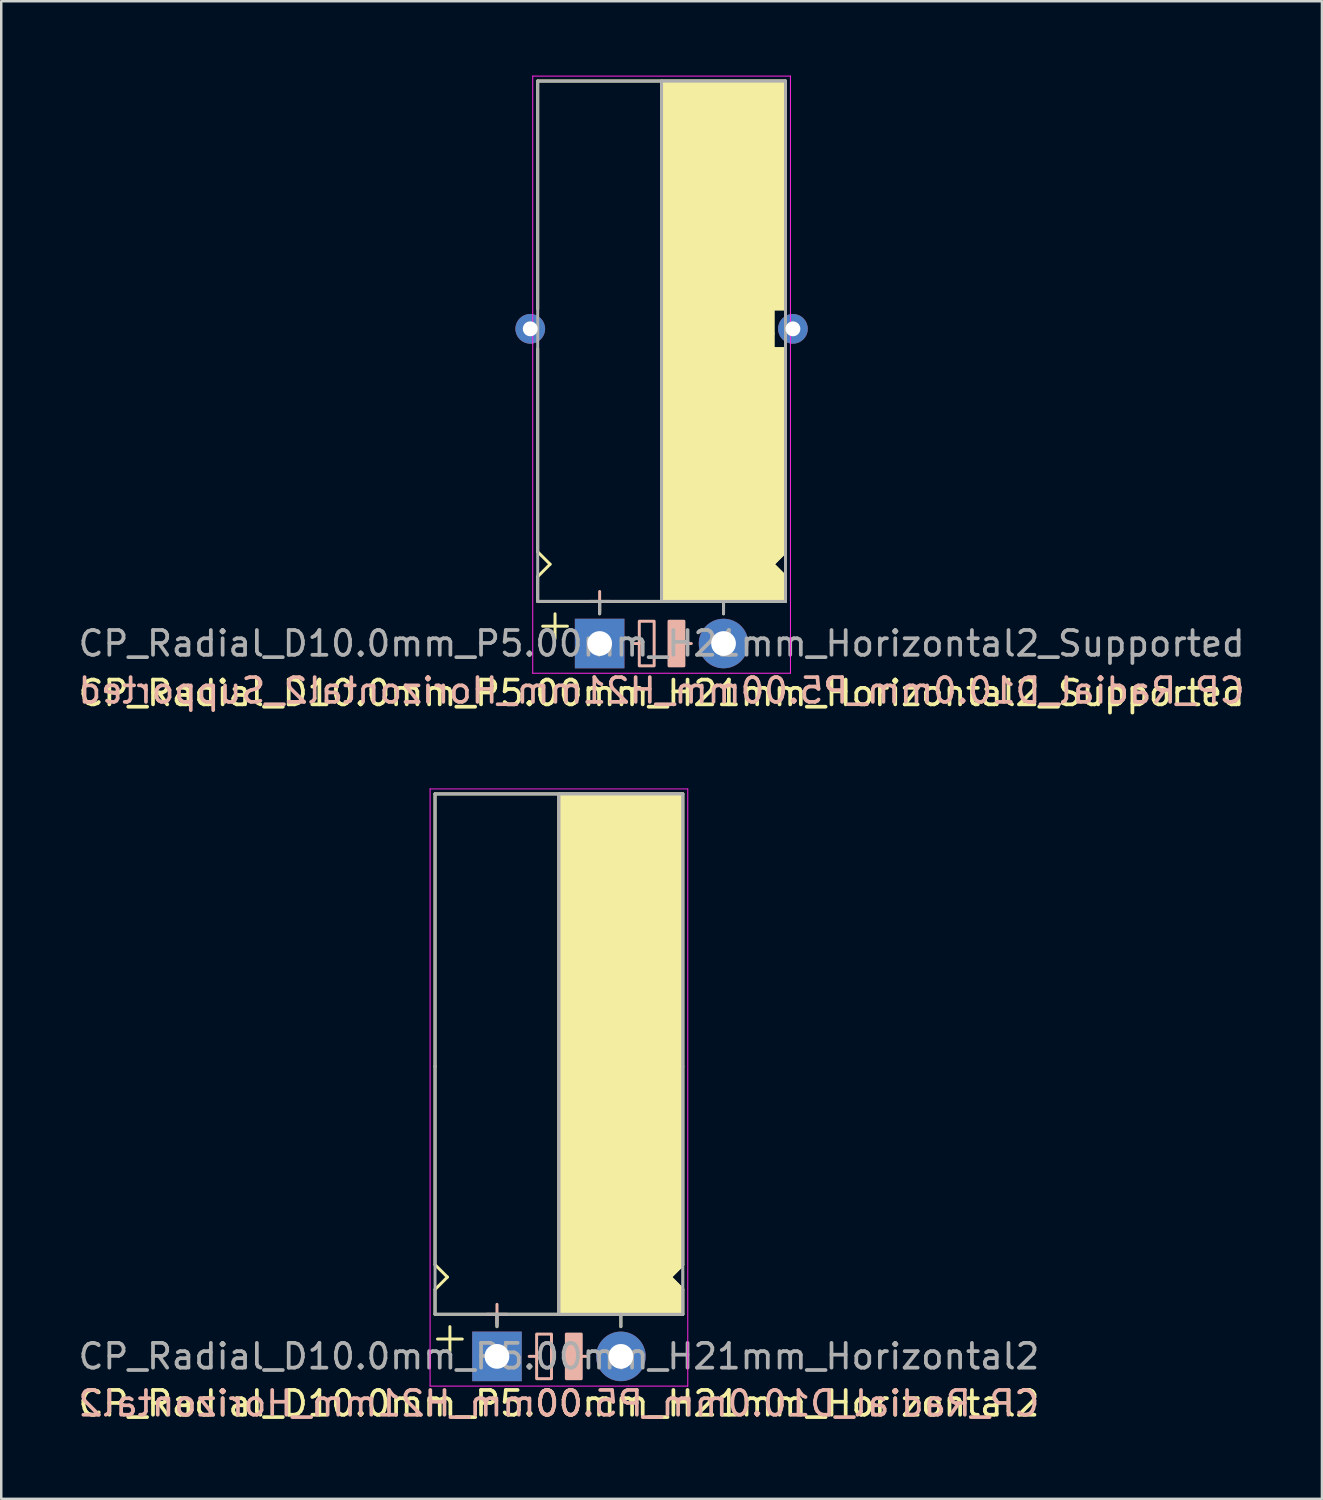
<source format=kicad_pcb>
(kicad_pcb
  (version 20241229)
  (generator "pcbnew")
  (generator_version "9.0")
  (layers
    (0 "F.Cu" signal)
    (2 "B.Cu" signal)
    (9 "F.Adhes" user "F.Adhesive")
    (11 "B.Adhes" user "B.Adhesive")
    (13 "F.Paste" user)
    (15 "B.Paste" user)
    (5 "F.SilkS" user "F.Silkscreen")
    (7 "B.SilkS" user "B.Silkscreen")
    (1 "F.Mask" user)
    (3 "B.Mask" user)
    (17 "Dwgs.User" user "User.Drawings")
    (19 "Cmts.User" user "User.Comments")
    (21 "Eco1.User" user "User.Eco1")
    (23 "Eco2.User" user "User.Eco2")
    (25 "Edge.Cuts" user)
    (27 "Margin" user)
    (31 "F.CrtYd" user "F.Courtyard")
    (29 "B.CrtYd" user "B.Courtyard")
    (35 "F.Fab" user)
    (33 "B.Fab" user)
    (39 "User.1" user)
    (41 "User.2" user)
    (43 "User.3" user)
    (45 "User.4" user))
  (footprint "CP_Radial_D10.0mm_P5.00mm_H21mm_Horizontal2_Supported"
    (layer "F.Cu")
    (at 21.149 22.92)
    (property "Reference" "CP_Radial_D10.0mm_P5.00mm_H21mm_Horizontal2_Supported" (at 2.5 2 0) (layer "F.SilkS") (effects (font (size 1 1) (thickness 0.15))))
    (fp_line (start -2.5 -22.7) (end 7.5 -22.7) (stroke (width 0.12) (type solid)) (layer "F.SilkS"))
    (fp_line (start -2.5 -13.5) (end -2.5 -22.7) (stroke (width 0.12) (type solid)) (layer "F.SilkS"))
    (fp_line (start -2.5 -3.7) (end -2.5 -11.9) (stroke (width 0.12) (type solid)) (layer "F.SilkS"))
    (fp_line (start -2.5 -2.7) (end -2 -3.2) (stroke (width 0.12) (type solid)) (layer "F.SilkS"))
    (fp_line (start -2.5 -1.7) (end -2.5 -2.7) (stroke (width 0.12) (type solid)) (layer "F.SilkS"))
    (fp_line (start -2 -3.2) (end -2.5 -3.7) (stroke (width 0.12) (type solid)) (layer "F.SilkS"))
    (fp_line (start -1.8 -1.2) (end -1.8 -0.2) (stroke (width 0.12) (type solid)) (layer "F.SilkS"))
    (fp_line (start -1.3 -0.7) (end -2.3 -0.7) (stroke (width 0.12) (type solid)) (layer "F.SilkS"))
    (fp_line (start 0 -1.7) (end 0 -1.2) (stroke (width 0.12) (type solid)) (layer "F.SilkS"))
    (fp_line (start 2.5 -22.7) (end 2.5 -1.7) (stroke (width 0.12) (type solid)) (layer "F.SilkS"))
    (fp_line (start 2.5 -1.7) (end -2.5 -1.7) (stroke (width 0.12) (type solid)) (layer "F.SilkS"))
    (fp_line (start 5 -1.7) (end 5 -1.2) (stroke (width 0.12) (type solid)) (layer "F.SilkS"))
    (fp_line (start 7 -13.5) (end 7 -12.5) (stroke (width 0.12) (type solid)) (layer "F.SilkS"))
    (fp_line (start 7 -12.5) (end 7 -11.9) (stroke (width 0.12) (type solid)) (layer "F.SilkS"))
    (fp_line (start 7 -11.9) (end 7.5 -11.9) (stroke (width 0.12) (type solid)) (layer "F.SilkS"))
    (fp_line (start 7 -3.2) (end 7.5 -3.7) (stroke (width 0.12) (type solid)) (layer "F.SilkS"))
    (fp_line (start 7.5 -13.5) (end 7 -13.5) (stroke (width 0.12) (type solid)) (layer "F.SilkS"))
    (fp_line (start 7.5 -13.5) (end 7.5 -22.7) (stroke (width 0.12) (type solid)) (layer "F.SilkS"))
    (fp_line (start 7.5 -4.7) (end 7.5 -11.9) (stroke (width 0.12) (type solid)) (layer "F.SilkS"))
    (fp_line (start 7.5 -2.7) (end 7 -3.2) (stroke (width 0.12) (type solid)) (layer "F.SilkS"))
    (fp_line (start 7.5 -1.7) (end 2.5 -1.7) (stroke (width 0.12) (type solid)) (layer "F.SilkS"))
    (fp_line (start 7.5 -1.7) (end 7.5 -2.7) (stroke (width 0.12) (type solid)) (layer "F.SilkS"))
    (fp_poly (pts (xy 7.5 -2.7) (xy 7 -3.2) (xy 7.5 -3.7) (xy 7.5 -11.9) (xy 7 -11.9) (xy 7 -13.5) (xy 7.5 -13.5) (xy 7.5 -22.7) (xy 2.5 -22.7) (xy 2.5 -1.7) (xy 7.5 -1.7)) (stroke (width 0.1) (type solid)) (fill yes) (layer "F.SilkS"))
    (fp_line (start 0 -2.1) (end 0 -1.3) (stroke (width 0.12) (type solid)) (layer "B.SilkS"))
    (fp_line (start 0.4 -1.7) (end -0.4 -1.7) (stroke (width 0.12) (type solid)) (layer "B.SilkS"))
    (fp_line (start 1.6 0) (end 1.3 0) (stroke (width 0.12) (type solid)) (layer "B.SilkS"))
    (fp_line (start 3.7 0) (end 3.4 0) (stroke (width 0.12) (type solid)) (layer "B.SilkS"))
    (fp_rect (start 2.2 -0.9) (end 1.6 0.9) (stroke (width 0.12) (type solid)) (fill no) (layer "B.SilkS"))
    (fp_rect (start 3.4 -0.9) (end 2.8 0.9) (stroke (width 0.12) (type solid)) (fill yes) (layer "B.SilkS"))
    (fp_line (start -2.7 -22.9) (end -2.7 1.2) (stroke (width 0.04) (type solid)) (layer "F.CrtYd"))
    (fp_line (start -2.7 1.2) (end 5.3 1.2) (stroke (width 0.04) (type solid)) (layer "F.CrtYd"))
    (fp_line (start 5.3 1.2) (end 7.7 1.2) (stroke (width 0.04) (type solid)) (layer "F.CrtYd"))
    (fp_line (start 7.7 -22.9) (end -2.7 -22.9) (stroke (width 0.04) (type solid)) (layer "F.CrtYd"))
    (fp_line (start 7.7 1.2) (end 7.7 -22.9) (stroke (width 0.04) (type solid)) (layer "F.CrtYd"))
    (fp_line (start -2.5 -22.7) (end 7.5 -22.7) (stroke (width 0.12) (type solid)) (layer "F.Fab"))
    (fp_line (start -2.5 -1.7) (end -2.5 -22.7) (stroke (width 0.12) (type solid)) (layer "F.Fab"))
    (fp_line (start 0 -1.7) (end 0 -1.2) (stroke (width 0.12) (type solid)) (layer "F.Fab"))
    (fp_line (start 2.5 -1.7) (end 2.5 -22.7) (stroke (width 0.12) (type solid)) (layer "F.Fab"))
    (fp_line (start 5 -1.7) (end 5 -1.2) (stroke (width 0.12) (type solid)) (layer "F.Fab"))
    (fp_line (start 7.5 -22.7) (end 7.5 -1.7) (stroke (width 0.12) (type solid)) (layer "F.Fab"))
    (fp_line (start 7.5 -1.7) (end -2.5 -1.7) (stroke (width 0.12) (type solid)) (layer "F.Fab"))
    (fp_poly (pts (xy 7.5 -22.7) (xy 2.5 -22.7) (xy 2.5 -1.7) (xy 7.5 -1.7)) (stroke (width 0.1) (type solid)) (fill no) (layer "F.Fab"))
    (fp_text user "${REFERENCE}" (at 2.5 1.9 0) (layer "B.SilkS") (effects (font (size 1 1) (thickness 0.15)) (justify mirror)))
    (fp_text user "${REFERENCE}" (at 2.5 0 0) (layer "F.Fab") (effects (font (size 1 1) (thickness 0.15))))
    (pad "1" thru_hole rect (at 0 0) (size 2 2) (drill 1) (layers "*.Cu" "*.Mask"))
    (pad "2" thru_hole circle (at 5 0) (size 2 2) (drill 1) (layers "*.Cu" "*.Mask"))
    (pad "~" thru_hole circle (at -2.8 -12.7 180) (size 1.2 1.2) (drill 0.6) (layers "*.Cu" "*.Mask"))
    (pad "~" thru_hole circle (at 7.8 -12.7 180) (size 1.2 1.2) (drill 0.6) (layers "*.Cu" "*.Mask")))
  (footprint "CP_Radial_D10.0mm_P5.00mm_H21mm_Horizontal2"
    (layer "F.Cu")
    (at 17.006 51.688)
    (property "Reference" "CP_Radial_D10.0mm_P5.00mm_H21mm_Horizontal2" (at 2.5 1.9 0) (layer "F.SilkS") (effects (font (size 1 1) (thickness 0.15))))
    (fp_line (start -2.5 -22.7) (end 7.5 -22.7) (stroke (width 0.12) (type solid)) (layer "F.SilkS"))
    (fp_line (start -2.5 -11.7) (end -2.5 -22.7) (stroke (width 0.12) (type solid)) (layer "F.SilkS"))
    (fp_line (start -2.5 -3.7) (end -2.5 -11.7) (stroke (width 0.12) (type solid)) (layer "F.SilkS"))
    (fp_line (start -2.5 -2.7) (end -2 -3.2) (stroke (width 0.12) (type solid)) (layer "F.SilkS"))
    (fp_line (start -2.5 -1.7) (end -2.5 -2.7) (stroke (width 0.12) (type solid)) (layer "F.SilkS"))
    (fp_line (start -2 -3.2) (end -2.5 -3.7) (stroke (width 0.12) (type solid)) (layer "F.SilkS"))
    (fp_line (start -1.9 -1.2) (end -1.9 -0.2) (stroke (width 0.12) (type solid)) (layer "F.SilkS"))
    (fp_line (start -1.4 -0.7) (end -2.4 -0.7) (stroke (width 0.12) (type solid)) (layer "F.SilkS"))
    (fp_line (start 0 -1.7) (end 0 -1.2) (stroke (width 0.12) (type solid)) (layer "F.SilkS"))
    (fp_line (start 2.5 -22.7) (end 2.5 -1.7) (stroke (width 0.12) (type solid)) (layer "F.SilkS"))
    (fp_line (start 2.5 -1.7) (end -2.5 -1.7) (stroke (width 0.12) (type solid)) (layer "F.SilkS"))
    (fp_line (start 5 -1.7) (end 5 -1.2) (stroke (width 0.12) (type solid)) (layer "F.SilkS"))
    (fp_line (start 7 -3.2) (end 7.5 -3.7) (stroke (width 0.12) (type solid)) (layer "F.SilkS"))
    (fp_line (start 7.5 -11.7) (end 7.5 -22.7) (stroke (width 0.12) (type solid)) (layer "F.SilkS"))
    (fp_line (start 7.5 -3.7) (end 7.5 -11.7) (stroke (width 0.12) (type solid)) (layer "F.SilkS"))
    (fp_line (start 7.5 -2.7) (end 7 -3.2) (stroke (width 0.12) (type solid)) (layer "F.SilkS"))
    (fp_line (start 7.5 -1.7) (end 2.5 -1.7) (stroke (width 0.12) (type solid)) (layer "F.SilkS"))
    (fp_line (start 7.5 -1.7) (end 7.5 -2.7) (stroke (width 0.12) (type solid)) (layer "F.SilkS"))
    (fp_poly (pts (xy 7.5 -2.7) (xy 7 -3.2) (xy 7.5 -3.7) (xy 7.5 -22.7) (xy 2.5 -22.7) (xy 2.5 -1.7) (xy 7.5 -1.7)) (stroke (width 0.1) (type solid)) (fill yes) (layer "F.SilkS"))
    (fp_line (start 0 -2.1) (end 0 -1.3) (stroke (width 0.12) (type solid)) (layer "B.SilkS"))
    (fp_line (start 0.4 -1.7) (end -0.4 -1.7) (stroke (width 0.12) (type solid)) (layer "B.SilkS"))
    (fp_line (start 1.6 0) (end 1.3 0) (stroke (width 0.12) (type solid)) (layer "B.SilkS"))
    (fp_line (start 3.7 0) (end 3.4 0) (stroke (width 0.12) (type solid)) (layer "B.SilkS"))
    (fp_rect (start 2.2 -0.9) (end 1.6 0.9) (stroke (width 0.12) (type solid)) (fill no) (layer "B.SilkS"))
    (fp_rect (start 3.4 -0.9) (end 2.8 0.9) (stroke (width 0.12) (type solid)) (fill yes) (layer "B.SilkS"))
    (fp_line (start -2.7 -22.9) (end -2.7 1.2) (stroke (width 0.04) (type solid)) (layer "F.CrtYd"))
    (fp_line (start -2.7 1.2) (end 5.3 1.2) (stroke (width 0.04) (type solid)) (layer "F.CrtYd"))
    (fp_line (start 5.3 1.2) (end 7.7 1.2) (stroke (width 0.04) (type solid)) (layer "F.CrtYd"))
    (fp_line (start 7.7 -22.9) (end -2.7 -22.9) (stroke (width 0.04) (type solid)) (layer "F.CrtYd"))
    (fp_line (start 7.7 1.2) (end 7.7 -22.9) (stroke (width 0.04) (type solid)) (layer "F.CrtYd"))
    (fp_line (start -2.5 -22.7) (end 7.5 -22.7) (stroke (width 0.12) (type solid)) (layer "F.Fab"))
    (fp_line (start -2.5 -1.7) (end -2.5 -22.7) (stroke (width 0.12) (type solid)) (layer "F.Fab"))
    (fp_line (start 0 -1.7) (end 0 -1.2) (stroke (width 0.12) (type solid)) (layer "F.Fab"))
    (fp_line (start 2.5 -1.7) (end 2.5 -22.7) (stroke (width 0.12) (type solid)) (layer "F.Fab"))
    (fp_line (start 5 -1.7) (end 5 -1.2) (stroke (width 0.12) (type solid)) (layer "F.Fab"))
    (fp_line (start 7.5 -22.7) (end 7.5 -1.7) (stroke (width 0.12) (type solid)) (layer "F.Fab"))
    (fp_line (start 7.5 -1.7) (end -2.5 -1.7) (stroke (width 0.12) (type solid)) (layer "F.Fab"))
    (fp_poly (pts (xy 7.5 -22.7) (xy 2.5 -22.7) (xy 2.5 -1.7) (xy 7.5 -1.7)) (stroke (width 0.1) (type solid)) (fill no) (layer "F.Fab"))
    (fp_text user "${REFERENCE}" (at 2.5 1.9 0) (layer "B.SilkS") (effects (font (size 1 1) (thickness 0.15)) (justify mirror)))
    (fp_text user "${REFERENCE}" (at 2.5 0 0) (layer "F.Fab") (effects (font (size 1 1) (thickness 0.15))))
    (pad "1" thru_hole rect (at 0 0) (size 2 2) (drill 1) (layers "*.Cu" "*.Mask"))
    (pad "2" thru_hole circle (at 5 0) (size 2 2) (drill 1) (layers "*.Cu" "*.Mask")))
  (gr_rect
    (start -3 -3)
    (end 50.298 57.437)
    (stroke (width 0.1) (type default))
    (fill no)
    (layer "Edge.Cuts")))
</source>
